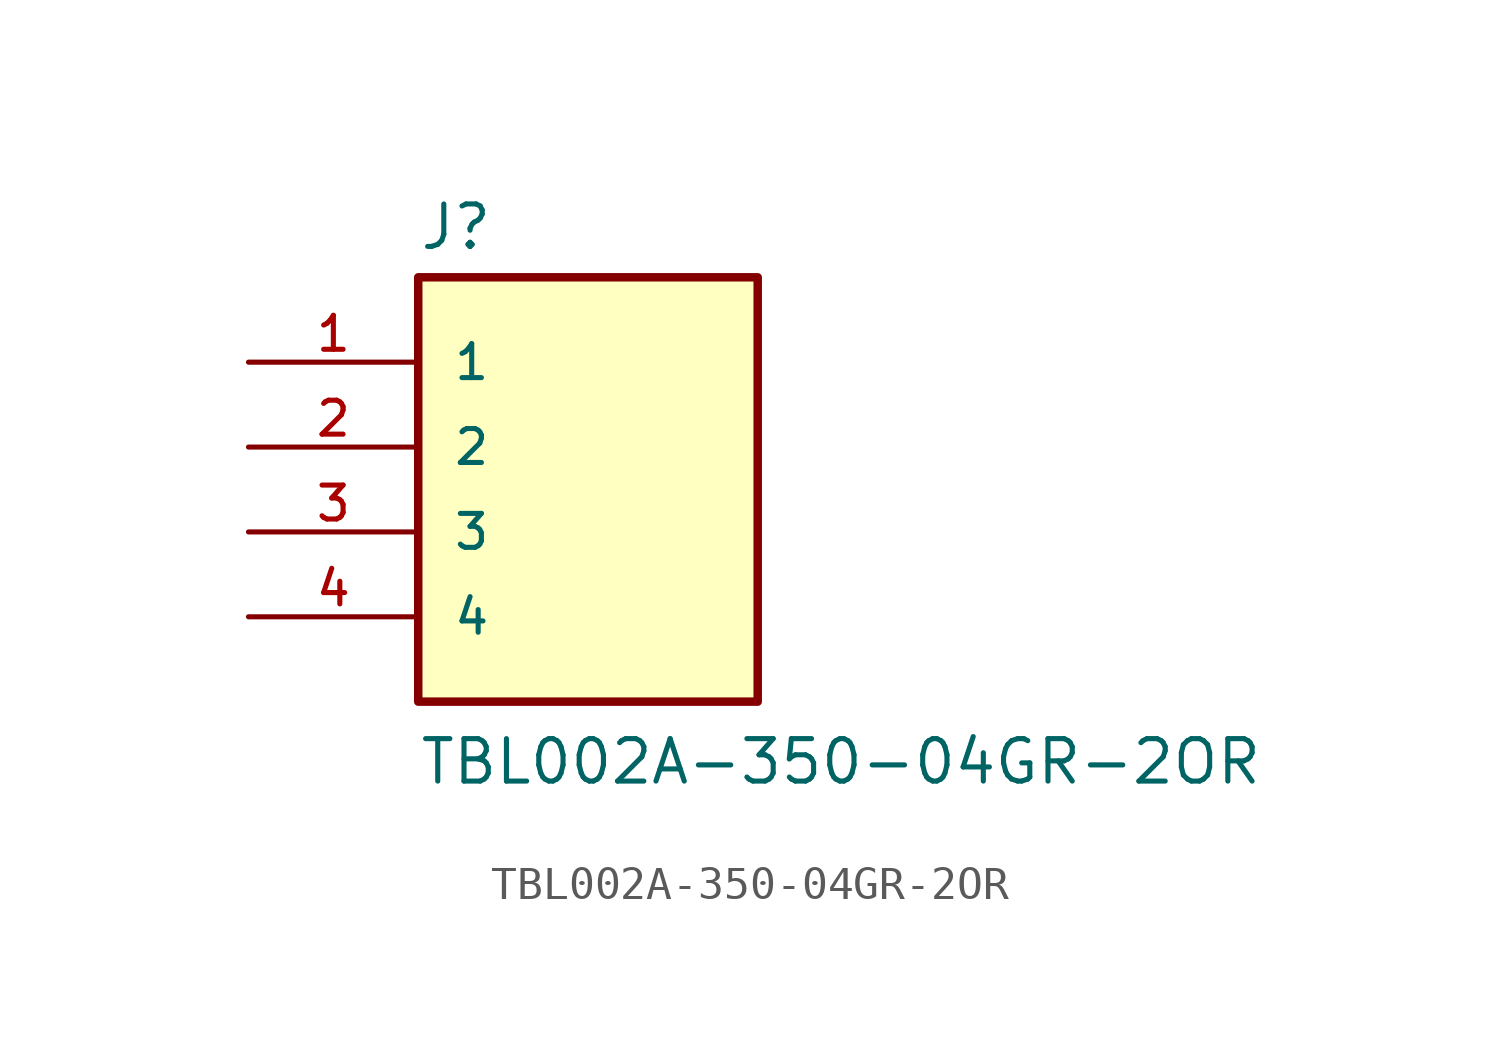
<source format=kicad_sym>
(kicad_symbol_lib
  (version 20211014)
  (generator kicad_symbol_editor)
  (symbol "TBL002A-350-04GR-2OR"
    (pin_names
      (offset 1.016))
    (property "Reference" "J"
      (at -5.08 5.842 0)
      (effects (font (size 1.27 1.27)) (justify bottom left)))
    (property "Value" "TBL002A-350-04GR-2OR"
      (at -5.08 -10.16 0)
      (effects (font (size 1.27 1.27)) (justify bottom left)))
    (symbol "TBL002A-350-04GR-2OR_0_0"
      (rectangle (start -5.08 -7.62) (end 5.08 5.08) (stroke (width 0.254)) (fill (type background)))
      (pin passive line (at -10.16 2.54 0) (length 5.08) (name "1" (effects (font (size 1.016 1.016)))) (number "1" (effects (font (size 1.016 1.016)))))
      (pin passive line (at -10.16 0.0 0) (length 5.08) (name "2" (effects (font (size 1.016 1.016)))) (number "2" (effects (font (size 1.016 1.016)))))
      (pin passive line (at -10.16 -2.54 0) (length 5.08) (name "3" (effects (font (size 1.016 1.016)))) (number "3" (effects (font (size 1.016 1.016)))))
      (pin passive line (at -10.16 -5.08 0) (length 5.08) (name "4" (effects (font (size 1.016 1.016)))) (number "4" (effects (font (size 1.016 1.016))))))))
</source>
